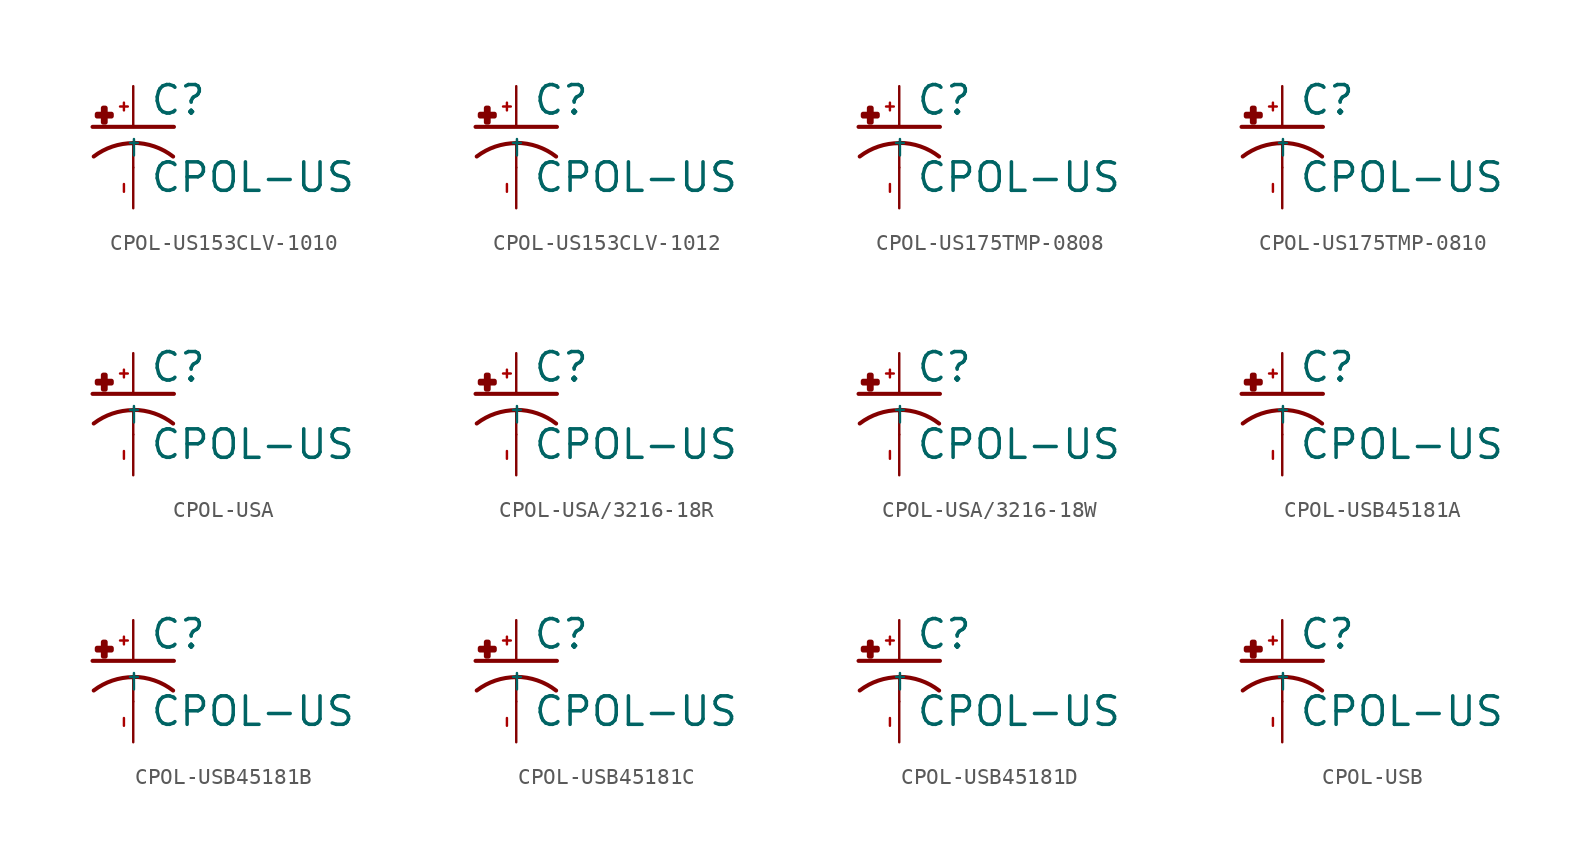
<source format=kicad_sym>
(kicad_symbol_lib
  (version 20220914)
  (generator Eagle2Kicad)
  (symbol "CPOL-US153CLV-1010"
    (property "Reference" "C"
      (at 1.016 0.635 0)
      (effects (font (size 1.778 1.778) (thickness 0.22)) (justify left bottom)))
    (property "Value" "CPOL-US"
      (at 1.016 -4.191 0)
      (effects (font (size 1.778 1.778) (thickness 0.22)) (justify left bottom)))
    (polyline
      (pts (xy -2.54 0) (xy 2.54 0))
      (stroke (width 0.254) (type default))
      (fill (type none)))
    (polyline
      (pts (xy 0 -1.016) (xy 0 -2.54))
      (stroke (width 0.152) (type default))
      (fill (type none)))
    (arc
      (start 2.4892 -1.8542)
      (mid 1.316 -1.220)
      (end 0 -1)
      (stroke (width 0.254) (type default))
      (fill (type none)))
    (arc
      (start 0 -1.0161)
      (mid -1.302 -1.230)
      (end -2.4669 -1.8504)
      (stroke (width 0.254) (type default))
      (fill (type none)))
    (rectangle
      (start -2.253 0.668)
      (end -1.364 0.795)
      (stroke (width 0.3) (type default))
      (fill (type outline)))
    (rectangle
      (start -1.872 0.287)
      (end -1.745 1.176)
      (stroke (width 0.3) (type default))
      (fill (type outline)))
    (pin passive line
      (at 0 2.54 270)
      (length 2.54)
      (name "+" (effects (font (size 0.635 0.635) (thickness 0.08)) (justify left bottom)))
      (number "+" (effects (font (size 0.635 0.635) (thickness 0.08)) (justify left bottom))))
    (pin passive line
      (at 0 -5.08 90)
      (length 2.54)
      (name "-" (effects (font (size 0.635 0.635) (thickness 0.08)) (justify left bottom)))
      (number "-" (effects (font (size 0.635 0.635) (thickness 0.08)) (justify left bottom)))))
  (symbol "CPOL-US153CLV-1012"
    (property "Reference" "C"
      (at 1.016 0.635 0)
      (effects (font (size 1.778 1.778) (thickness 0.22)) (justify left bottom)))
    (property "Value" "CPOL-US"
      (at 1.016 -4.191 0)
      (effects (font (size 1.778 1.778) (thickness 0.22)) (justify left bottom)))
    (polyline
      (pts (xy -2.54 0) (xy 2.54 0))
      (stroke (width 0.254) (type default))
      (fill (type none)))
    (polyline
      (pts (xy 0 -1.016) (xy 0 -2.54))
      (stroke (width 0.152) (type default))
      (fill (type none)))
    (arc
      (start 2.4892 -1.8542)
      (mid 1.316 -1.220)
      (end 0 -1)
      (stroke (width 0.254) (type default))
      (fill (type none)))
    (arc
      (start 0 -1.0161)
      (mid -1.302 -1.230)
      (end -2.4669 -1.8504)
      (stroke (width 0.254) (type default))
      (fill (type none)))
    (rectangle
      (start -2.253 0.668)
      (end -1.364 0.795)
      (stroke (width 0.3) (type default))
      (fill (type outline)))
    (rectangle
      (start -1.872 0.287)
      (end -1.745 1.176)
      (stroke (width 0.3) (type default))
      (fill (type outline)))
    (pin passive line
      (at 0 2.54 270)
      (length 2.54)
      (name "+" (effects (font (size 0.635 0.635) (thickness 0.08)) (justify left bottom)))
      (number "+" (effects (font (size 0.635 0.635) (thickness 0.08)) (justify left bottom))))
    (pin passive line
      (at 0 -5.08 90)
      (length 2.54)
      (name "-" (effects (font (size 0.635 0.635) (thickness 0.08)) (justify left bottom)))
      (number "-" (effects (font (size 0.635 0.635) (thickness 0.08)) (justify left bottom)))))
  (symbol "CPOL-US175TMP-0808"
    (property "Reference" "C"
      (at 1.016 0.635 0)
      (effects (font (size 1.778 1.778) (thickness 0.22)) (justify left bottom)))
    (property "Value" "CPOL-US"
      (at 1.016 -4.191 0)
      (effects (font (size 1.778 1.778) (thickness 0.22)) (justify left bottom)))
    (polyline
      (pts (xy -2.54 0) (xy 2.54 0))
      (stroke (width 0.254) (type default))
      (fill (type none)))
    (polyline
      (pts (xy 0 -1.016) (xy 0 -2.54))
      (stroke (width 0.152) (type default))
      (fill (type none)))
    (arc
      (start 2.4892 -1.8542)
      (mid 1.316 -1.220)
      (end 0 -1)
      (stroke (width 0.254) (type default))
      (fill (type none)))
    (arc
      (start 0 -1.0161)
      (mid -1.302 -1.230)
      (end -2.4669 -1.8504)
      (stroke (width 0.254) (type default))
      (fill (type none)))
    (rectangle
      (start -2.253 0.668)
      (end -1.364 0.795)
      (stroke (width 0.3) (type default))
      (fill (type outline)))
    (rectangle
      (start -1.872 0.287)
      (end -1.745 1.176)
      (stroke (width 0.3) (type default))
      (fill (type outline)))
    (pin passive line
      (at 0 2.54 270)
      (length 2.54)
      (name "+" (effects (font (size 0.635 0.635) (thickness 0.08)) (justify left bottom)))
      (number "+" (effects (font (size 0.635 0.635) (thickness 0.08)) (justify left bottom))))
    (pin passive line
      (at 0 -5.08 90)
      (length 2.54)
      (name "-" (effects (font (size 0.635 0.635) (thickness 0.08)) (justify left bottom)))
      (number "-" (effects (font (size 0.635 0.635) (thickness 0.08)) (justify left bottom)))))
  (symbol "CPOL-US175TMP-0810"
    (property "Reference" "C"
      (at 1.016 0.635 0)
      (effects (font (size 1.778 1.778) (thickness 0.22)) (justify left bottom)))
    (property "Value" "CPOL-US"
      (at 1.016 -4.191 0)
      (effects (font (size 1.778 1.778) (thickness 0.22)) (justify left bottom)))
    (polyline
      (pts (xy -2.54 0) (xy 2.54 0))
      (stroke (width 0.254) (type default))
      (fill (type none)))
    (polyline
      (pts (xy 0 -1.016) (xy 0 -2.54))
      (stroke (width 0.152) (type default))
      (fill (type none)))
    (arc
      (start 2.4892 -1.8542)
      (mid 1.316 -1.220)
      (end 0 -1)
      (stroke (width 0.254) (type default))
      (fill (type none)))
    (arc
      (start 0 -1.0161)
      (mid -1.302 -1.230)
      (end -2.4669 -1.8504)
      (stroke (width 0.254) (type default))
      (fill (type none)))
    (rectangle
      (start -2.253 0.668)
      (end -1.364 0.795)
      (stroke (width 0.3) (type default))
      (fill (type outline)))
    (rectangle
      (start -1.872 0.287)
      (end -1.745 1.176)
      (stroke (width 0.3) (type default))
      (fill (type outline)))
    (pin passive line
      (at 0 2.54 270)
      (length 2.54)
      (name "+" (effects (font (size 0.635 0.635) (thickness 0.08)) (justify left bottom)))
      (number "+" (effects (font (size 0.635 0.635) (thickness 0.08)) (justify left bottom))))
    (pin passive line
      (at 0 -5.08 90)
      (length 2.54)
      (name "-" (effects (font (size 0.635 0.635) (thickness 0.08)) (justify left bottom)))
      (number "-" (effects (font (size 0.635 0.635) (thickness 0.08)) (justify left bottom)))))
  (symbol "CPOL-USA"
    (property "Reference" "C"
      (at 1.016 0.635 0)
      (effects (font (size 1.778 1.778) (thickness 0.22)) (justify left bottom)))
    (property "Value" "CPOL-US"
      (at 1.016 -4.191 0)
      (effects (font (size 1.778 1.778) (thickness 0.22)) (justify left bottom)))
    (polyline
      (pts (xy -2.54 0) (xy 2.54 0))
      (stroke (width 0.254) (type default))
      (fill (type none)))
    (polyline
      (pts (xy 0 -1.016) (xy 0 -2.54))
      (stroke (width 0.152) (type default))
      (fill (type none)))
    (arc
      (start 2.4892 -1.8542)
      (mid 1.316 -1.220)
      (end 0 -1)
      (stroke (width 0.254) (type default))
      (fill (type none)))
    (arc
      (start 0 -1.0161)
      (mid -1.302 -1.230)
      (end -2.4669 -1.8504)
      (stroke (width 0.254) (type default))
      (fill (type none)))
    (rectangle
      (start -2.253 0.668)
      (end -1.364 0.795)
      (stroke (width 0.3) (type default))
      (fill (type outline)))
    (rectangle
      (start -1.872 0.287)
      (end -1.745 1.176)
      (stroke (width 0.3) (type default))
      (fill (type outline)))
    (pin passive line
      (at 0 2.54 270)
      (length 2.54)
      (name "+" (effects (font (size 0.635 0.635) (thickness 0.08)) (justify left bottom)))
      (number "+" (effects (font (size 0.635 0.635) (thickness 0.08)) (justify left bottom))))
    (pin passive line
      (at 0 -5.08 90)
      (length 2.54)
      (name "-" (effects (font (size 0.635 0.635) (thickness 0.08)) (justify left bottom)))
      (number "-" (effects (font (size 0.635 0.635) (thickness 0.08)) (justify left bottom)))))
  (symbol "CPOL-USA/3216-18R"
    (property "Reference" "C"
      (at 1.016 0.635 0)
      (effects (font (size 1.778 1.778) (thickness 0.22)) (justify left bottom)))
    (property "Value" "CPOL-US"
      (at 1.016 -4.191 0)
      (effects (font (size 1.778 1.778) (thickness 0.22)) (justify left bottom)))
    (polyline
      (pts (xy -2.54 0) (xy 2.54 0))
      (stroke (width 0.254) (type default))
      (fill (type none)))
    (polyline
      (pts (xy 0 -1.016) (xy 0 -2.54))
      (stroke (width 0.152) (type default))
      (fill (type none)))
    (arc
      (start 2.4892 -1.8542)
      (mid 1.316 -1.220)
      (end 0 -1)
      (stroke (width 0.254) (type default))
      (fill (type none)))
    (arc
      (start 0 -1.0161)
      (mid -1.302 -1.230)
      (end -2.4669 -1.8504)
      (stroke (width 0.254) (type default))
      (fill (type none)))
    (rectangle
      (start -2.253 0.668)
      (end -1.364 0.795)
      (stroke (width 0.3) (type default))
      (fill (type outline)))
    (rectangle
      (start -1.872 0.287)
      (end -1.745 1.176)
      (stroke (width 0.3) (type default))
      (fill (type outline)))
    (pin passive line
      (at 0 2.54 270)
      (length 2.54)
      (name "+" (effects (font (size 0.635 0.635) (thickness 0.08)) (justify left bottom)))
      (number "+" (effects (font (size 0.635 0.635) (thickness 0.08)) (justify left bottom))))
    (pin passive line
      (at 0 -5.08 90)
      (length 2.54)
      (name "-" (effects (font (size 0.635 0.635) (thickness 0.08)) (justify left bottom)))
      (number "-" (effects (font (size 0.635 0.635) (thickness 0.08)) (justify left bottom)))))
  (symbol "CPOL-USA/3216-18W"
    (property "Reference" "C"
      (at 1.016 0.635 0)
      (effects (font (size 1.778 1.778) (thickness 0.22)) (justify left bottom)))
    (property "Value" "CPOL-US"
      (at 1.016 -4.191 0)
      (effects (font (size 1.778 1.778) (thickness 0.22)) (justify left bottom)))
    (polyline
      (pts (xy -2.54 0) (xy 2.54 0))
      (stroke (width 0.254) (type default))
      (fill (type none)))
    (polyline
      (pts (xy 0 -1.016) (xy 0 -2.54))
      (stroke (width 0.152) (type default))
      (fill (type none)))
    (arc
      (start 2.4892 -1.8542)
      (mid 1.316 -1.220)
      (end 0 -1)
      (stroke (width 0.254) (type default))
      (fill (type none)))
    (arc
      (start 0 -1.0161)
      (mid -1.302 -1.230)
      (end -2.4669 -1.8504)
      (stroke (width 0.254) (type default))
      (fill (type none)))
    (rectangle
      (start -2.253 0.668)
      (end -1.364 0.795)
      (stroke (width 0.3) (type default))
      (fill (type outline)))
    (rectangle
      (start -1.872 0.287)
      (end -1.745 1.176)
      (stroke (width 0.3) (type default))
      (fill (type outline)))
    (pin passive line
      (at 0 2.54 270)
      (length 2.54)
      (name "+" (effects (font (size 0.635 0.635) (thickness 0.08)) (justify left bottom)))
      (number "+" (effects (font (size 0.635 0.635) (thickness 0.08)) (justify left bottom))))
    (pin passive line
      (at 0 -5.08 90)
      (length 2.54)
      (name "-" (effects (font (size 0.635 0.635) (thickness 0.08)) (justify left bottom)))
      (number "-" (effects (font (size 0.635 0.635) (thickness 0.08)) (justify left bottom)))))
  (symbol "CPOL-USB45181A"
    (property "Reference" "C"
      (at 1.016 0.635 0)
      (effects (font (size 1.778 1.778) (thickness 0.22)) (justify left bottom)))
    (property "Value" "CPOL-US"
      (at 1.016 -4.191 0)
      (effects (font (size 1.778 1.778) (thickness 0.22)) (justify left bottom)))
    (polyline
      (pts (xy -2.54 0) (xy 2.54 0))
      (stroke (width 0.254) (type default))
      (fill (type none)))
    (polyline
      (pts (xy 0 -1.016) (xy 0 -2.54))
      (stroke (width 0.152) (type default))
      (fill (type none)))
    (arc
      (start 2.4892 -1.8542)
      (mid 1.316 -1.220)
      (end 0 -1)
      (stroke (width 0.254) (type default))
      (fill (type none)))
    (arc
      (start 0 -1.0161)
      (mid -1.302 -1.230)
      (end -2.4669 -1.8504)
      (stroke (width 0.254) (type default))
      (fill (type none)))
    (rectangle
      (start -2.253 0.668)
      (end -1.364 0.795)
      (stroke (width 0.3) (type default))
      (fill (type outline)))
    (rectangle
      (start -1.872 0.287)
      (end -1.745 1.176)
      (stroke (width 0.3) (type default))
      (fill (type outline)))
    (pin passive line
      (at 0 2.54 270)
      (length 2.54)
      (name "+" (effects (font (size 0.635 0.635) (thickness 0.08)) (justify left bottom)))
      (number "+" (effects (font (size 0.635 0.635) (thickness 0.08)) (justify left bottom))))
    (pin passive line
      (at 0 -5.08 90)
      (length 2.54)
      (name "-" (effects (font (size 0.635 0.635) (thickness 0.08)) (justify left bottom)))
      (number "-" (effects (font (size 0.635 0.635) (thickness 0.08)) (justify left bottom)))))
  (symbol "CPOL-USB45181B"
    (property "Reference" "C"
      (at 1.016 0.635 0)
      (effects (font (size 1.778 1.778) (thickness 0.22)) (justify left bottom)))
    (property "Value" "CPOL-US"
      (at 1.016 -4.191 0)
      (effects (font (size 1.778 1.778) (thickness 0.22)) (justify left bottom)))
    (polyline
      (pts (xy -2.54 0) (xy 2.54 0))
      (stroke (width 0.254) (type default))
      (fill (type none)))
    (polyline
      (pts (xy 0 -1.016) (xy 0 -2.54))
      (stroke (width 0.152) (type default))
      (fill (type none)))
    (arc
      (start 2.4892 -1.8542)
      (mid 1.316 -1.220)
      (end 0 -1)
      (stroke (width 0.254) (type default))
      (fill (type none)))
    (arc
      (start 0 -1.0161)
      (mid -1.302 -1.230)
      (end -2.4669 -1.8504)
      (stroke (width 0.254) (type default))
      (fill (type none)))
    (rectangle
      (start -2.253 0.668)
      (end -1.364 0.795)
      (stroke (width 0.3) (type default))
      (fill (type outline)))
    (rectangle
      (start -1.872 0.287)
      (end -1.745 1.176)
      (stroke (width 0.3) (type default))
      (fill (type outline)))
    (pin passive line
      (at 0 2.54 270)
      (length 2.54)
      (name "+" (effects (font (size 0.635 0.635) (thickness 0.08)) (justify left bottom)))
      (number "+" (effects (font (size 0.635 0.635) (thickness 0.08)) (justify left bottom))))
    (pin passive line
      (at 0 -5.08 90)
      (length 2.54)
      (name "-" (effects (font (size 0.635 0.635) (thickness 0.08)) (justify left bottom)))
      (number "-" (effects (font (size 0.635 0.635) (thickness 0.08)) (justify left bottom)))))
  (symbol "CPOL-USB45181C"
    (property "Reference" "C"
      (at 1.016 0.635 0)
      (effects (font (size 1.778 1.778) (thickness 0.22)) (justify left bottom)))
    (property "Value" "CPOL-US"
      (at 1.016 -4.191 0)
      (effects (font (size 1.778 1.778) (thickness 0.22)) (justify left bottom)))
    (polyline
      (pts (xy -2.54 0) (xy 2.54 0))
      (stroke (width 0.254) (type default))
      (fill (type none)))
    (polyline
      (pts (xy 0 -1.016) (xy 0 -2.54))
      (stroke (width 0.152) (type default))
      (fill (type none)))
    (arc
      (start 2.4892 -1.8542)
      (mid 1.316 -1.220)
      (end 0 -1)
      (stroke (width 0.254) (type default))
      (fill (type none)))
    (arc
      (start 0 -1.0161)
      (mid -1.302 -1.230)
      (end -2.4669 -1.8504)
      (stroke (width 0.254) (type default))
      (fill (type none)))
    (rectangle
      (start -2.253 0.668)
      (end -1.364 0.795)
      (stroke (width 0.3) (type default))
      (fill (type outline)))
    (rectangle
      (start -1.872 0.287)
      (end -1.745 1.176)
      (stroke (width 0.3) (type default))
      (fill (type outline)))
    (pin passive line
      (at 0 2.54 270)
      (length 2.54)
      (name "+" (effects (font (size 0.635 0.635) (thickness 0.08)) (justify left bottom)))
      (number "+" (effects (font (size 0.635 0.635) (thickness 0.08)) (justify left bottom))))
    (pin passive line
      (at 0 -5.08 90)
      (length 2.54)
      (name "-" (effects (font (size 0.635 0.635) (thickness 0.08)) (justify left bottom)))
      (number "-" (effects (font (size 0.635 0.635) (thickness 0.08)) (justify left bottom)))))
  (symbol "CPOL-USB45181D"
    (property "Reference" "C"
      (at 1.016 0.635 0)
      (effects (font (size 1.778 1.778) (thickness 0.22)) (justify left bottom)))
    (property "Value" "CPOL-US"
      (at 1.016 -4.191 0)
      (effects (font (size 1.778 1.778) (thickness 0.22)) (justify left bottom)))
    (polyline
      (pts (xy -2.54 0) (xy 2.54 0))
      (stroke (width 0.254) (type default))
      (fill (type none)))
    (polyline
      (pts (xy 0 -1.016) (xy 0 -2.54))
      (stroke (width 0.152) (type default))
      (fill (type none)))
    (arc
      (start 2.4892 -1.8542)
      (mid 1.316 -1.220)
      (end 0 -1)
      (stroke (width 0.254) (type default))
      (fill (type none)))
    (arc
      (start 0 -1.0161)
      (mid -1.302 -1.230)
      (end -2.4669 -1.8504)
      (stroke (width 0.254) (type default))
      (fill (type none)))
    (rectangle
      (start -2.253 0.668)
      (end -1.364 0.795)
      (stroke (width 0.3) (type default))
      (fill (type outline)))
    (rectangle
      (start -1.872 0.287)
      (end -1.745 1.176)
      (stroke (width 0.3) (type default))
      (fill (type outline)))
    (pin passive line
      (at 0 2.54 270)
      (length 2.54)
      (name "+" (effects (font (size 0.635 0.635) (thickness 0.08)) (justify left bottom)))
      (number "+" (effects (font (size 0.635 0.635) (thickness 0.08)) (justify left bottom))))
    (pin passive line
      (at 0 -5.08 90)
      (length 2.54)
      (name "-" (effects (font (size 0.635 0.635) (thickness 0.08)) (justify left bottom)))
      (number "-" (effects (font (size 0.635 0.635) (thickness 0.08)) (justify left bottom)))))
  (symbol "CPOL-USB"
    (property "Reference" "C"
      (at 1.016 0.635 0)
      (effects (font (size 1.778 1.778) (thickness 0.22)) (justify left bottom)))
    (property "Value" "CPOL-US"
      (at 1.016 -4.191 0)
      (effects (font (size 1.778 1.778) (thickness 0.22)) (justify left bottom)))
    (polyline
      (pts (xy -2.54 0) (xy 2.54 0))
      (stroke (width 0.254) (type default))
      (fill (type none)))
    (polyline
      (pts (xy 0 -1.016) (xy 0 -2.54))
      (stroke (width 0.152) (type default))
      (fill (type none)))
    (arc
      (start 2.4892 -1.8542)
      (mid 1.316 -1.220)
      (end 0 -1)
      (stroke (width 0.254) (type default))
      (fill (type none)))
    (arc
      (start 0 -1.0161)
      (mid -1.302 -1.230)
      (end -2.4669 -1.8504)
      (stroke (width 0.254) (type default))
      (fill (type none)))
    (rectangle
      (start -2.253 0.668)
      (end -1.364 0.795)
      (stroke (width 0.3) (type default))
      (fill (type outline)))
    (rectangle
      (start -1.872 0.287)
      (end -1.745 1.176)
      (stroke (width 0.3) (type default))
      (fill (type outline)))
    (pin passive line
      (at 0 2.54 270)
      (length 2.54)
      (name "+" (effects (font (size 0.635 0.635) (thickness 0.08)) (justify left bottom)))
      (number "+" (effects (font (size 0.635 0.635) (thickness 0.08)) (justify left bottom))))
    (pin passive line
      (at 0 -5.08 90)
      (length 2.54)
      (name "-" (effects (font (size 0.635 0.635) (thickness 0.08)) (justify left bottom)))
      (number "-" (effects (font (size 0.635 0.635) (thickness 0.08)) (justify left bottom))))))
</source>
